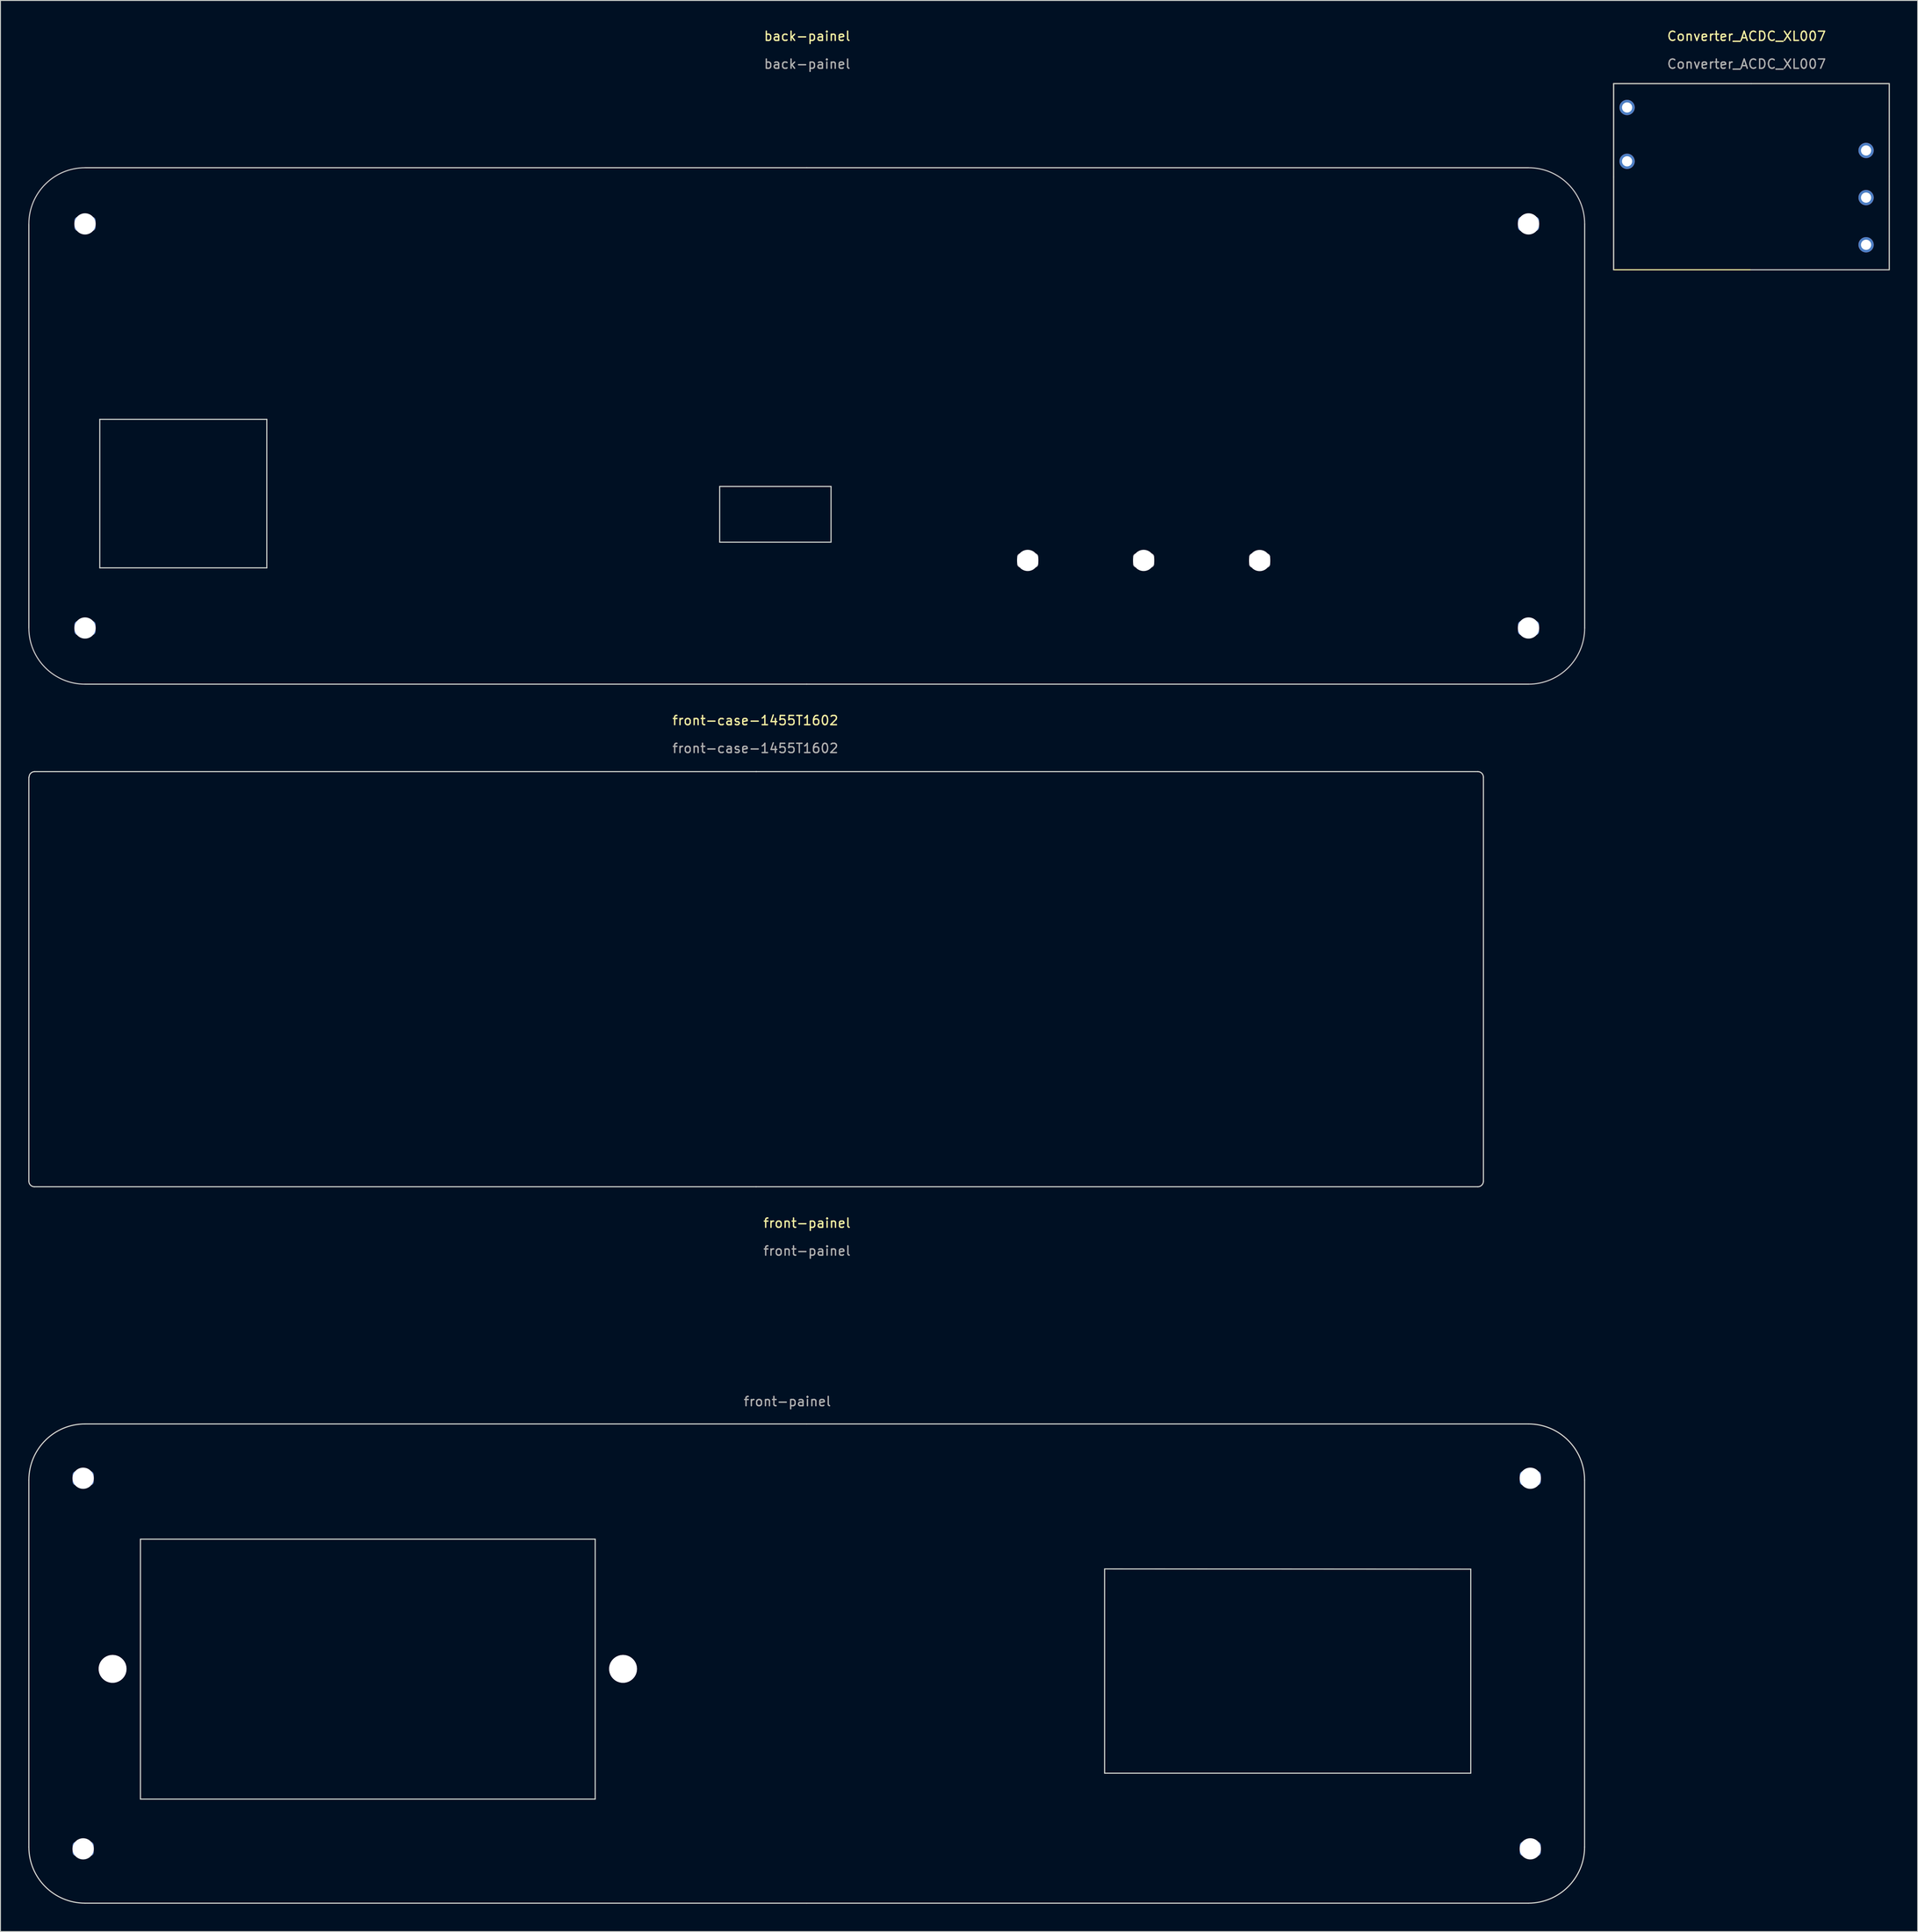
<source format=kicad_pcb>
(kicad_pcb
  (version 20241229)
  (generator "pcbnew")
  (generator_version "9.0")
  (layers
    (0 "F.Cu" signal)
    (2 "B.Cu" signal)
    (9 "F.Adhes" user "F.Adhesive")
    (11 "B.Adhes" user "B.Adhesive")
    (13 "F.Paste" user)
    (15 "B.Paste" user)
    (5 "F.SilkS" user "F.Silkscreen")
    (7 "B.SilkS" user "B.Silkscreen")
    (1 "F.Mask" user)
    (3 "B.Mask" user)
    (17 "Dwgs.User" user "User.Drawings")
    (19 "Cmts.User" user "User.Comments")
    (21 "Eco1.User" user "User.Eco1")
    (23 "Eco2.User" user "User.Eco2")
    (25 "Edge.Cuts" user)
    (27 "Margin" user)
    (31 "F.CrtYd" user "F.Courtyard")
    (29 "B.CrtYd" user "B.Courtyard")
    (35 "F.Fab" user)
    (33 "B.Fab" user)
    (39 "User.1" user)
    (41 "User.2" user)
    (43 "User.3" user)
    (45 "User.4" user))
  (footprint "back-painel"
    (layer "F.Cu")
    (at 83.85 48.288)
    (property "Reference" "back-painel" (at 0.07 -47.44 0) (unlocked yes) (layer "F.SilkS") (effects (font (size 1 1) (thickness 0.15))))
    (fp_arc (start -83.79 -27.22) (mid -82.017996 -31.497996) (end -77.74 -33.27) (stroke (width 0.12) (type solid)) (layer "Dwgs.User"))
    (fp_arc (start -77.74 22.359917) (mid -82.017996 20.587913) (end -83.79 16.309917) (stroke (width 0.12) (type solid)) (layer "Dwgs.User"))
    (fp_arc (start 77.79 -33.27) (mid 82.067996 -31.497996) (end 83.84 -27.22) (stroke (width 0.12) (type solid)) (layer "Dwgs.User"))
    (fp_arc (start 83.84 16.309917) (mid 82.067996 20.587913) (end 77.79 22.359917) (stroke (width 0.12) (type solid)) (layer "Dwgs.User"))
    (fp_line (start -83.79 -27.21) (end -83.79 16.31) (stroke (width 0.12) (type solid)) (layer "Edge.Cuts"))
    (fp_line (start -76.15 -6.17) (end -58.15 -6.17) (stroke (width 0.12) (type solid)) (layer "Edge.Cuts"))
    (fp_line (start -76.15 9.83) (end -76.15 -6.17) (stroke (width 0.12) (type solid)) (layer "Edge.Cuts"))
    (fp_line (start -58.15 -6.17) (end -58.15 9.83) (stroke (width 0.12) (type solid)) (layer "Edge.Cuts"))
    (fp_line (start -58.15 9.83) (end -76.15 9.83) (stroke (width 0.12) (type solid)) (layer "Edge.Cuts"))
    (fp_line (start -9.36 1.06) (end 2.64 1.06) (stroke (width 0.12) (type solid)) (layer "Edge.Cuts"))
    (fp_line (start -9.36 7.06) (end -9.36 1.06) (stroke (width 0.12) (type solid)) (layer "Edge.Cuts"))
    (fp_line (start 0.025 -33.27) (end -77.735 -33.27) (stroke (width 0.12) (type solid)) (layer "Edge.Cuts"))
    (fp_line (start 0.025 -33.27) (end 77.785 -33.27) (stroke (width 0.12) (type solid)) (layer "Edge.Cuts"))
    (fp_line (start 0.025 22.36) (end -77.735 22.36) (stroke (width 0.12) (type solid)) (layer "Edge.Cuts"))
    (fp_line (start 0.025 22.36) (end 77.785 22.36) (stroke (width 0.12) (type solid)) (layer "Edge.Cuts"))
    (fp_line (start 2.64 1.06) (end 2.64 7.06) (stroke (width 0.12) (type solid)) (layer "Edge.Cuts"))
    (fp_line (start 2.64 7.06) (end -9.36 7.06) (stroke (width 0.12) (type solid)) (layer "Edge.Cuts"))
    (fp_line (start 83.84 -27.21) (end 83.84 16.31) (stroke (width 0.12) (type solid)) (layer "Edge.Cuts"))
    (fp_text user "${REFERENCE}" (at 0.07 -44.44 0) (unlocked yes) (layer "F.Fab") (effects (font (size 1 1) (thickness 0.15))))
    (pad "1" thru_hole roundrect (at -77.74 -27.22) (size 2.286 1.524) (drill 3) (layers "*.Cu" "*.Mask") (roundrect_rratio 0.25))
    (pad "1" thru_hole roundrect (at -77.74 16.31 180) (size 2.286 1.524) (drill 3) (layers "*.Cu" "*.Mask") (roundrect_rratio 0.25))
    (pad "1" thru_hole roundrect (at 23.83 9.03 180) (size 2.286 1.524) (drill 3.2) (layers "*.Cu" "*.Mask" "Dwgs.User") (roundrect_rratio 0.25))
    (pad "1" thru_hole roundrect (at 36.32 9.03 180) (size 2.286 1.524) (drill 3.2) (layers "*.Cu" "*.Mask" "Dwgs.User") (roundrect_rratio 0.25))
    (pad "1" thru_hole roundrect (at 48.82 9.04 180) (size 2.286 1.524) (drill 3.2) (layers "*.Cu" "*.Mask" "Dwgs.User") (roundrect_rratio 0.25))
    (pad "1" thru_hole roundrect (at 77.79 -27.22) (size 2.286 1.524) (drill 3) (layers "*.Cu" "*.Mask") (roundrect_rratio 0.25))
    (pad "1" thru_hole roundrect (at 77.79 16.31 180) (size 2.286 1.524) (drill 3) (layers "*.Cu" "*.Mask") (roundrect_rratio 0.25)))
  (footprint "front-painel"
    (layer "F.Cu")
    (at 83.83 176.135)
    (property "Reference" "front-painel" (at 0.07 -47.44 0) (unlocked yes) (layer "F.SilkS") (effects (font (size 1 1) (thickness 0.15))))
    (fp_line (start -83.77 19.77) (end -83.77 -19.75) (stroke (width 0.12) (type solid)) (layer "Edge.Cuts"))
    (fp_line (start -71.75 -13.39) (end -22.75 -13.39) (stroke (width 0.12) (type solid)) (layer "Edge.Cuts"))
    (fp_line (start -71.75 14.61) (end -71.75 -13.39) (stroke (width 0.12) (type solid)) (layer "Edge.Cuts"))
    (fp_line (start -22.75 -13.39) (end -22.75 14.61) (stroke (width 0.12) (type solid)) (layer "Edge.Cuts"))
    (fp_line (start -22.75 14.61) (end -71.75 14.61) (stroke (width 0.12) (type solid)) (layer "Edge.Cuts"))
    (fp_line (start 0.04 -25.8) (end -77.72 -25.8) (stroke (width 0.12) (type solid)) (layer "Edge.Cuts"))
    (fp_line (start 0.04 -25.8) (end 77.8 -25.8) (stroke (width 0.12) (type solid)) (layer "Edge.Cuts"))
    (fp_line (start 0.04 25.82) (end -77.72 25.82) (stroke (width 0.12) (type solid)) (layer "Edge.Cuts"))
    (fp_line (start 0.04 25.82) (end 77.8 25.82) (stroke (width 0.12) (type solid)) (layer "Edge.Cuts"))
    (fp_line (start 32.135 -10.182) (end 71.585 -10.158) (stroke (width 0.12) (type solid)) (layer "Edge.Cuts"))
    (fp_line (start 32.135 11.818) (end 32.135 -10.182) (stroke (width 0.12) (type solid)) (layer "Edge.Cuts"))
    (fp_line (start 32.135 11.818) (end 71.585 11.818) (stroke (width 0.12) (type solid)) (layer "Edge.Cuts"))
    (fp_line (start 71.585 11.818) (end 71.585 -10.158) (stroke (width 0.12) (type solid)) (layer "Edge.Cuts"))
    (fp_line (start 83.85 -19.75) (end 83.85 19.77) (stroke (width 0.12) (type solid)) (layer "Edge.Cuts"))
    (fp_arc (start -83.77 -19.75) (mid -81.997988 -24.027988) (end -77.72 -25.8) (stroke (width 0.12) (type solid)) (layer "Edge.Cuts"))
    (fp_arc (start -77.72 25.82) (mid -81.997988 24.047988) (end -83.77 19.77) (stroke (width 0.12) (type solid)) (layer "Edge.Cuts"))
    (fp_arc (start 77.8 -25.8) (mid 82.077988 -24.027988) (end 83.85 -19.75) (stroke (width 0.12) (type solid)) (layer "Edge.Cuts"))
    (fp_arc (start 83.85 19.77) (mid 82.077988 24.047988) (end 77.8 25.82) (stroke (width 0.12) (type solid)) (layer "Edge.Cuts"))
    (fp_text user "${REFERENCE}" (at 0.07 -44.44 0) (unlocked yes) (layer "F.Fab") (effects (font (size 1 1) (thickness 0.15))))
    (fp_text user "${REFERENCE}" (at -2.047 -28.22 0) (unlocked yes) (layer "F.Fab") (effects (font (size 1 1) (thickness 0.15))))
    (pad "1" thru_hole roundrect (at -77.92 -19.95) (size 2.286 1.524) (drill 3) (layers "*.Cu" "*.Mask") (roundrect_rratio 0.25))
    (pad "1" thru_hole roundrect (at -77.92 19.97 180) (size 2.286 1.524) (drill 3) (layers "*.Cu" "*.Mask") (roundrect_rratio 0.25))
    (pad "1" thru_hole roundrect (at 78 -19.95) (size 2.286 1.524) (drill 3) (layers "*.Cu" "*.Mask") (roundrect_rratio 0.25))
    (pad "1" thru_hole roundrect (at 78 19.97 180) (size 2.286 1.524) (drill 3) (layers "*.Cu" "*.Mask") (roundrect_rratio 0.25))
    (pad "2" thru_hole circle (at -74.75 0.585) (size 3 3) (drill 3) (layers "*.Cu" "*.Mask"))
    (pad "2" thru_hole circle (at -19.75 0.585) (size 3 3) (drill 3) (layers "*.Cu" "*.Mask")))
  (footprint "front-case-1455T1602"
    (layer "F.Cu")
    (at 78.345 99.756)
    (property "Reference" "front-case-1455T1602" (at -0.01 -25.2 0) (unlocked yes) (layer "F.SilkS") (effects (font (size 1 1) (thickness 0.15))))
    (attr smd)
    (fp_line (start -78.285 -19.09) (end -78.285 24.43) (stroke (width 0.12) (type solid)) (layer "Edge.Cuts"))
    (fp_line (start 0.075 -19.69) (end 77.835 -19.69) (stroke (width 0.12) (type solid)) (layer "Edge.Cuts"))
    (fp_line (start 0.075 25.03) (end -77.685 25.03) (stroke (width 0.12) (type solid)) (layer "Edge.Cuts"))
    (fp_line (start 0.075 25.03) (end 77.835 25.03) (stroke (width 0.12) (type solid)) (layer "Edge.Cuts"))
    (fp_line (start 0.1 -19.69) (end -77.66 -19.69) (stroke (width 0.12) (type solid)) (layer "Edge.Cuts"))
    (fp_line (start 78.435 -19.09) (end 78.435 24.43) (stroke (width 0.12) (type solid)) (layer "Edge.Cuts"))
    (fp_arc (start -78.260083 -19.089917) (mid -78.084317 -19.514229) (end -77.66 -19.69) (stroke (width 0.12) (type solid)) (layer "Edge.Cuts"))
    (fp_arc (start -77.685 25.030083) (mid -78.109315 24.854315) (end -78.285083 24.43) (stroke (width 0.12) (type solid)) (layer "Edge.Cuts"))
    (fp_arc (start 77.835 -19.69) (mid 78.259323 -19.51424) (end 78.435083 -19.089917) (stroke (width 0.12) (type solid)) (layer "Edge.Cuts"))
    (fp_arc (start 78.435083 24.43) (mid 78.259323 24.854323) (end 77.835 25.030083) (stroke (width 0.12) (type solid)) (layer "Edge.Cuts"))
    (fp_text user "${REFERENCE}" (at -0.01 -22.2 0) (unlocked yes) (layer "F.Fab") (effects (font (size 1 1) (thickness 0.15)))))
  (footprint "Converter_ACDC_XL007"
    (layer "F.Cu")
    (at 184.95 13.607)
    (property "Reference" "Converter_ACDC_XL007" (at 0.187 -12.759 0) (unlocked yes) (layer "F.SilkS") (effects (font (size 1 1) (thickness 0.15))))
    (attr smd)
    (fp_line (start -14.14 -7.65) (end 15.56 -7.65) (stroke (width 0.12) (type solid)) (layer "F.SilkS"))
    (fp_line (start -14.14 12.4) (end -14.14 -7.65) (stroke (width 0.12) (type solid)) (layer "F.SilkS"))
    (fp_line (start -14.14 12.4) (end 15.56 12.4) (stroke (width 0.12) (type solid)) (layer "F.SilkS"))
    (fp_line (start 15.56 12.4) (end 15.56 -7.65) (stroke (width 0.12) (type solid)) (layer "F.SilkS"))
    (fp_line (start -14.14 -7.6) (end -14.14 2.4) (stroke (width 0.12) (type solid)) (layer "Dwgs.User"))
    (fp_line (start -14.14 12.4) (end -14.14 2.4) (stroke (width 0.12) (type solid)) (layer "Dwgs.User"))
    (fp_line (start 0.71 -7.65) (end -14.14 -7.65) (stroke (width 0.12) (type solid)) (layer "Dwgs.User"))
    (fp_line (start 15.51 -7.65) (end 0.66 -7.65) (stroke (width 0.12) (type solid)) (layer "Dwgs.User"))
    (fp_line (start 15.51 12.4) (end 0.66 12.4) (stroke (width 0.12) (type solid)) (layer "Dwgs.User"))
    (fp_line (start 15.56 -7.65) (end 15.56 2.35) (stroke (width 0.12) (type solid)) (layer "Dwgs.User"))
    (fp_line (start 15.56 12.35) (end 15.56 2.35) (stroke (width 0.12) (type solid)) (layer "Dwgs.User"))
    (fp_text user "${REFERENCE}" (at 0.187 -9.759 0) (unlocked yes) (layer "F.Fab") (effects (font (size 1 1) (thickness 0.15))))
    (pad "1" thru_hole circle (at -12.69 -5.08) (size 1.65 1.65) (drill 1.1) (layers "*.Cu" "*.Mask"))
    (pad "2" thru_hole circle (at -12.69 0.72) (size 1.65 1.65) (drill 1.1) (layers "*.Cu" "*.Mask"))
    (pad "3" thru_hole circle (at 13.06 -0.45) (size 1.65 1.65) (drill 1.1) (layers "*.Cu" "*.Mask"))
    (pad "4" thru_hole circle (at 13.06 9.71) (size 1.65 1.65) (drill 1.1) (layers "*.Cu" "*.Mask"))
    (pad "5" thru_hole circle (at 13.06 4.63) (size 1.65 1.65) (drill 1.1) (layers "*.Cu" "*.Mask")))
  (gr_rect
    (start -3 -3)
    (end 203.57 205.015)
    (stroke (width 0.1) (type default))
    (fill no)
    (layer "Edge.Cuts")))
</source>
